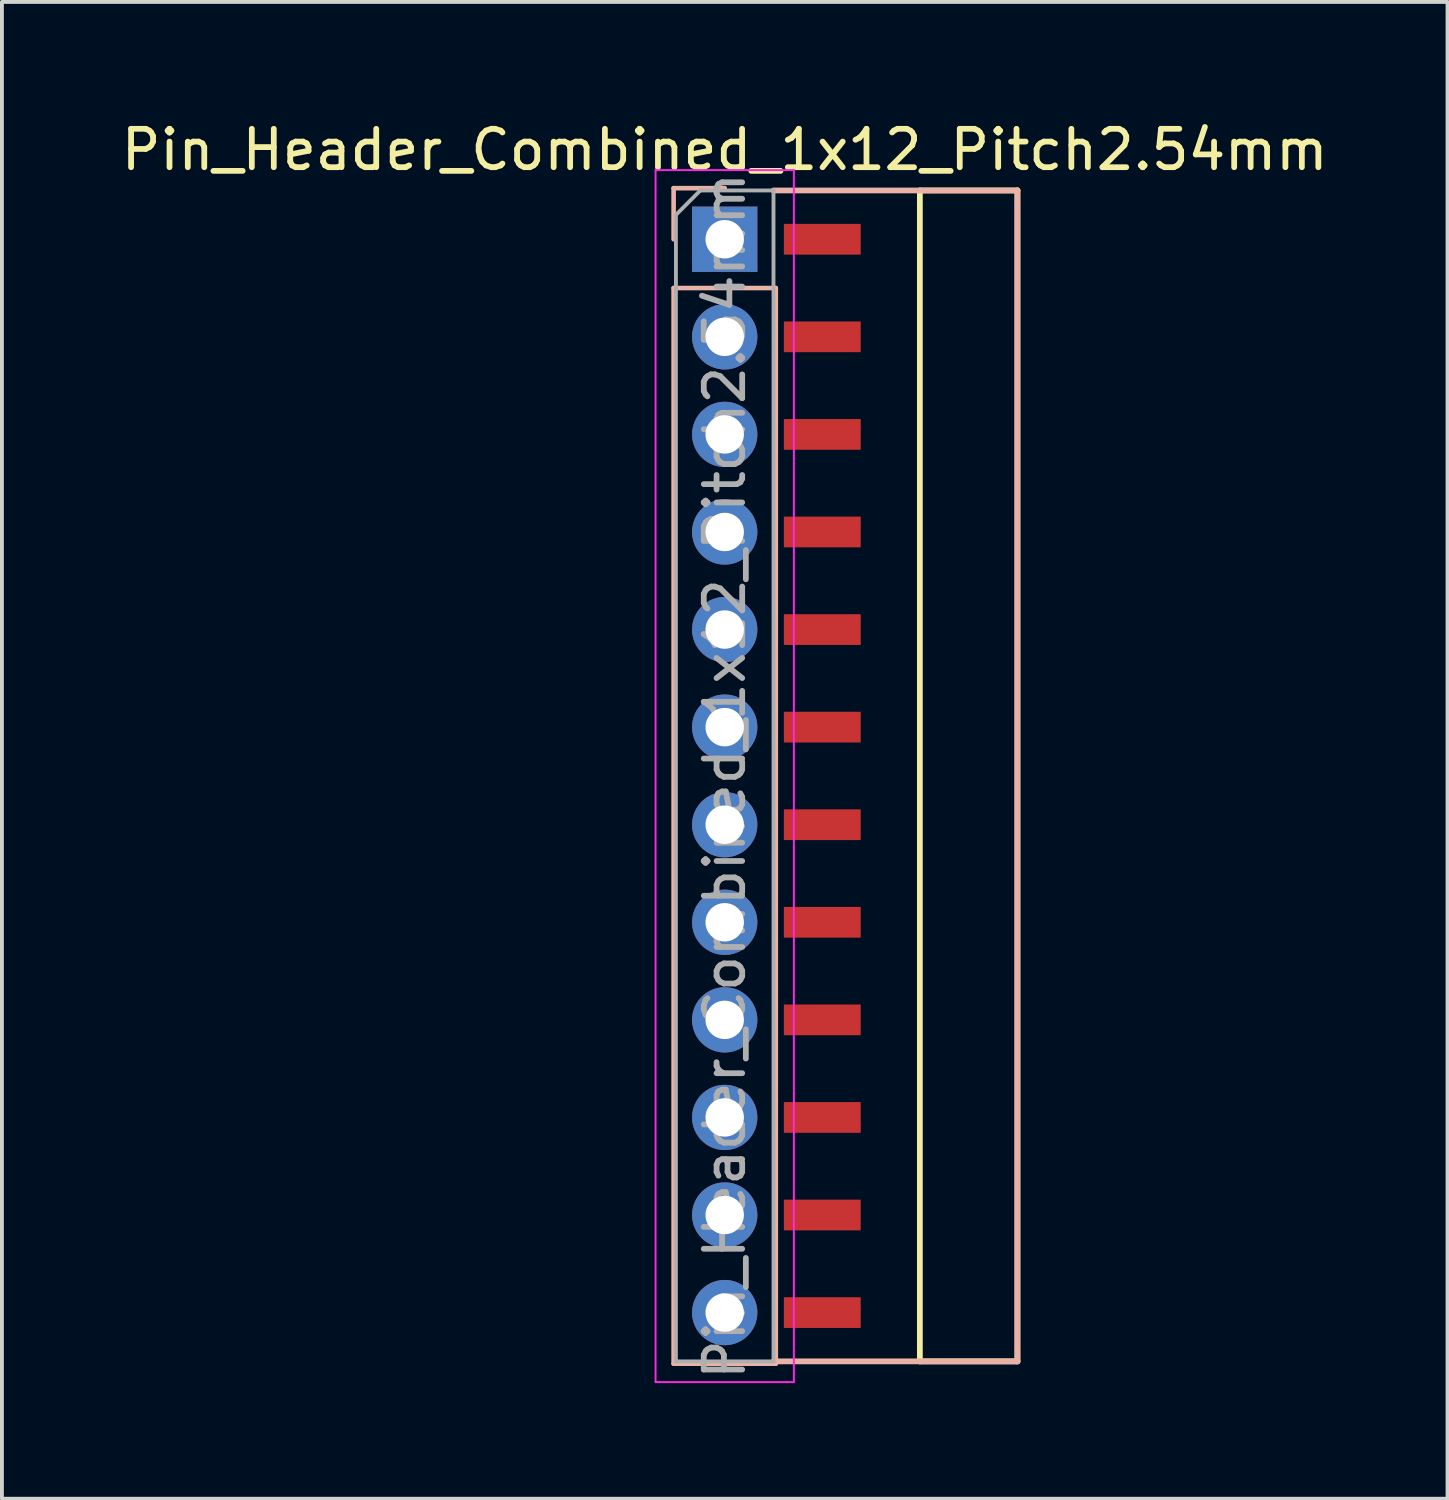
<source format=kicad_pcb>
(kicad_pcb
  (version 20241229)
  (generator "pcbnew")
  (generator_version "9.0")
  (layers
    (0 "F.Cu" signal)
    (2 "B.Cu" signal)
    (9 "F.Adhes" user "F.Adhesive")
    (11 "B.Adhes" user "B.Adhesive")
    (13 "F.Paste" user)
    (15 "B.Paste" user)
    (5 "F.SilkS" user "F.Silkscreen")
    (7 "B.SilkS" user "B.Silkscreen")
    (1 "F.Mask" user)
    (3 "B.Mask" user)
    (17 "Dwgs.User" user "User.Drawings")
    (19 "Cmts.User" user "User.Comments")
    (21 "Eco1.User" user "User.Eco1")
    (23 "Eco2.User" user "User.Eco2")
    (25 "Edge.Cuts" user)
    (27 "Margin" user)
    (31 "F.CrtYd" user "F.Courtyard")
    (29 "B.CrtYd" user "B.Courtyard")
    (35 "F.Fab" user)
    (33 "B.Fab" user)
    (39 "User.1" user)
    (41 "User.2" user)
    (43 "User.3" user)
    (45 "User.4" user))
  (footprint "Pin_Header_Combined_1x12_Pitch2.54mm"
    (layer "F.Cu")
    (at 15.815 3.178)
    (property "Reference" "Pin_Header_Combined_1x12_Pitch2.54mm" (at 0 -2.33 0) (layer "F.SilkS") (effects (font (size 1 1) (thickness 0.15))))
    (attr through_hole)
    (fp_line (start 5.08 -1.27) (end 7.62 -1.27) (stroke (width 0.15) (type solid)) (layer "F.SilkS"))
    (fp_line (start 5.08 29.21) (end 5.08 -1.27) (stroke (width 0.15) (type solid)) (layer "F.SilkS"))
    (fp_line (start 7.62 -1.27) (end 7.62 29.21) (stroke (width 0.15) (type solid)) (layer "F.SilkS"))
    (fp_line (start 7.62 29.21) (end 5.08 29.21) (stroke (width 0.15) (type solid)) (layer "F.SilkS"))
    (fp_line (start -1.33 -1.33) (end 0 -1.33) (stroke (width 0.12) (type solid)) (layer "B.SilkS"))
    (fp_line (start -1.33 0) (end -1.33 -1.33) (stroke (width 0.12) (type solid)) (layer "B.SilkS"))
    (fp_line (start -1.33 1.27) (end -1.33 29.27) (stroke (width 0.12) (type solid)) (layer "B.SilkS"))
    (fp_line (start -1.33 1.27) (end 1.33 1.27) (stroke (width 0.12) (type solid)) (layer "B.SilkS"))
    (fp_line (start -1.33 29.27) (end 1.33 29.27) (stroke (width 0.12) (type solid)) (layer "B.SilkS"))
    (fp_line (start 1.27 -1.27) (end 7.62 -1.27) (stroke (width 0.15) (type solid)) (layer "B.SilkS"))
    (fp_line (start 1.33 1.27) (end 1.33 29.27) (stroke (width 0.12) (type solid)) (layer "B.SilkS"))
    (fp_line (start 7.62 -1.27) (end 7.62 29.21) (stroke (width 0.15) (type solid)) (layer "B.SilkS"))
    (fp_line (start 7.62 29.21) (end 1.27 29.21) (stroke (width 0.15) (type solid)) (layer "B.SilkS"))
    (fp_line (start -1.8 -1.8) (end -1.8 29.75) (stroke (width 0.05) (type solid)) (layer "F.CrtYd"))
    (fp_line (start -1.8 29.75) (end 1.8 29.75) (stroke (width 0.05) (type solid)) (layer "F.CrtYd"))
    (fp_line (start 1.8 -1.8) (end -1.8 -1.8) (stroke (width 0.05) (type solid)) (layer "F.CrtYd"))
    (fp_line (start 1.8 29.75) (end 1.8 -1.8) (stroke (width 0.05) (type solid)) (layer "F.CrtYd"))
    (fp_line (start -1.27 -0.635) (end -0.635 -1.27) (stroke (width 0.1) (type solid)) (layer "F.Fab"))
    (fp_line (start -1.27 29.21) (end -1.27 -0.635) (stroke (width 0.1) (type solid)) (layer "F.Fab"))
    (fp_line (start -0.635 -1.27) (end 1.27 -1.27) (stroke (width 0.1) (type solid)) (layer "F.Fab"))
    (fp_line (start 1.27 -1.27) (end 1.27 29.21) (stroke (width 0.1) (type solid)) (layer "F.Fab"))
    (fp_line (start 1.27 29.21) (end -1.27 29.21) (stroke (width 0.1) (type solid)) (layer "F.Fab"))
    (fp_text user "${REFERENCE}" (at 0 13.97 90) (layer "F.Fab") (effects (font (size 1 1) (thickness 0.15))))
    (pad "1" thru_hole rect (at 0 0) (size 1.7 1.7) (drill 1) (layers "*.Cu" "*.Mask"))
    (pad "1" smd rect (at 2.54 0) (size 2 0.8) (layers "F.Cu" "F.Mask" "F.Paste"))
    (pad "2" thru_hole oval (at 0 2.54) (size 1.7 1.7) (drill 1) (layers "*.Cu" "*.Mask"))
    (pad "2" smd rect (at 2.54 2.54) (size 2 0.8) (layers "F.Cu" "F.Mask" "F.Paste"))
    (pad "3" thru_hole oval (at 0 5.08) (size 1.7 1.7) (drill 1) (layers "*.Cu" "*.Mask"))
    (pad "3" smd rect (at 2.54 5.08) (size 2 0.8) (layers "F.Cu" "F.Mask" "F.Paste"))
    (pad "4" thru_hole oval (at 0 7.62) (size 1.7 1.7) (drill 1) (layers "*.Cu" "*.Mask"))
    (pad "4" smd rect (at 2.54 7.62) (size 2 0.8) (layers "F.Cu" "F.Mask" "F.Paste"))
    (pad "5" thru_hole oval (at 0 10.16) (size 1.7 1.7) (drill 1) (layers "*.Cu" "*.Mask"))
    (pad "5" smd rect (at 2.54 10.16) (size 2 0.8) (layers "F.Cu" "F.Mask" "F.Paste"))
    (pad "6" thru_hole oval (at 0 12.7) (size 1.7 1.7) (drill 1) (layers "*.Cu" "*.Mask"))
    (pad "6" smd rect (at 2.54 12.7) (size 2 0.8) (layers "F.Cu" "F.Mask" "F.Paste"))
    (pad "7" thru_hole oval (at 0 15.24) (size 1.7 1.7) (drill 1) (layers "*.Cu" "*.Mask"))
    (pad "7" smd rect (at 2.54 15.24) (size 2 0.8) (layers "F.Cu" "F.Mask" "F.Paste"))
    (pad "8" thru_hole oval (at 0 17.78) (size 1.7 1.7) (drill 1) (layers "*.Cu" "*.Mask"))
    (pad "8" smd rect (at 2.54 17.78) (size 2 0.8) (layers "F.Cu" "F.Mask" "F.Paste"))
    (pad "9" thru_hole oval (at 0 20.32) (size 1.7 1.7) (drill 1) (layers "*.Cu" "*.Mask"))
    (pad "9" smd rect (at 2.54 20.32) (size 2 0.8) (layers "F.Cu" "F.Mask" "F.Paste"))
    (pad "10" thru_hole oval (at 0 22.86) (size 1.7 1.7) (drill 1) (layers "*.Cu" "*.Mask"))
    (pad "10" smd rect (at 2.54 22.86) (size 2 0.8) (layers "F.Cu" "F.Mask" "F.Paste"))
    (pad "11" thru_hole oval (at 0 25.4) (size 1.7 1.7) (drill 1) (layers "*.Cu" "*.Mask"))
    (pad "11" smd rect (at 2.54 25.4) (size 2 0.8) (layers "F.Cu" "F.Mask" "F.Paste"))
    (pad "12" thru_hole oval (at 0 27.94) (size 1.7 1.7) (drill 1) (layers "*.Cu" "*.Mask"))
    (pad "12" smd rect (at 2.54 27.94) (size 2 0.8) (layers "F.Cu" "F.Mask" "F.Paste")))
  (gr_rect
    (start -3 -3)
    (end 34.631 35.964)
    (stroke (width 0.1) (type default))
    (fill no)
    (layer "Edge.Cuts")))
</source>
